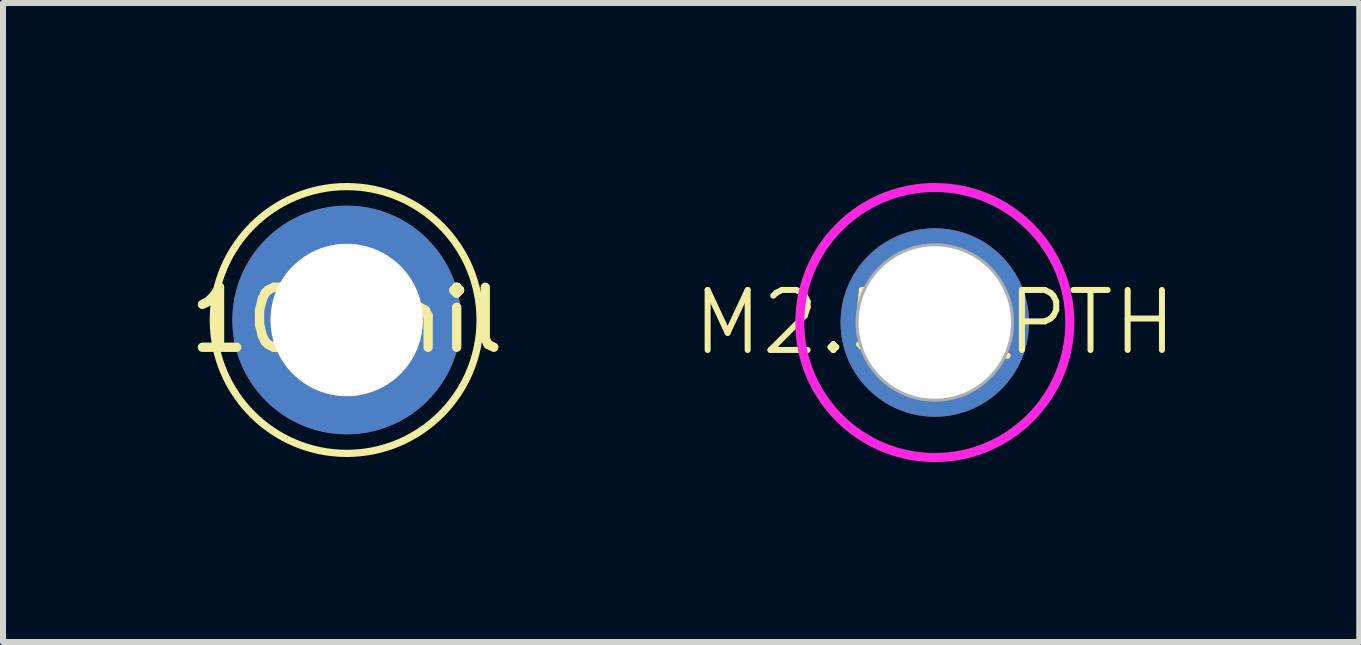
<source format=kicad_pcb>
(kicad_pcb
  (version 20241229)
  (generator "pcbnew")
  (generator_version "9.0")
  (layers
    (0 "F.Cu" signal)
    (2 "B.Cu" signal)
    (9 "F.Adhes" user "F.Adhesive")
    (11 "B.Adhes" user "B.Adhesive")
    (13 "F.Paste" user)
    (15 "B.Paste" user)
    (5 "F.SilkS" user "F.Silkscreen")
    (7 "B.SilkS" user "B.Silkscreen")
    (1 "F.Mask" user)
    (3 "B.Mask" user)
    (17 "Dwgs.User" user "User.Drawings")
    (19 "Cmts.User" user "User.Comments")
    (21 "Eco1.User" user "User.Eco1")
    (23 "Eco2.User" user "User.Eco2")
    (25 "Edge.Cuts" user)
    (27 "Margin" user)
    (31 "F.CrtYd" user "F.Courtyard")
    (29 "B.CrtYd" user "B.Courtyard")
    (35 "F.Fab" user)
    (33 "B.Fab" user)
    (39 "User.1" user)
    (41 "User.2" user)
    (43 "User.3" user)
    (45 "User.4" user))
  (footprint "M2.54_PTH"
    (layer "F.Cu")
    (at 12.529 2.325)
    (property "Reference" "M2.54_PTH" (at 0 0 0) (unlocked yes) (layer "F.SilkS") (effects (font (size 1 1) (thickness 0.1))))
    (attr through_hole)
    (fp_circle (center 0 0) (end 2.25 0) (stroke (width 0.15) (type default)) (fill no) (layer "F.CrtYd"))
    (fp_circle (center 0 0) (end 0 -1.27) (stroke (width 0.1) (type default)) (fill no) (layer "F.Fab"))
    (pad "" thru_hole circle (at 0 0) (size 3.14 3.14) (drill 2.54) (layers "*.Cu" "*.Mask")))
  (footprint "100mil"
    (layer "F.Cu")
    (at 2.728 2.283)
    (property "Reference" "100mil" (at 0 0 0) (unlocked yes) (layer "F.SilkS") (effects (font (size 1 1) (thickness 0.155))))
    (attr through_hole)
    (fp_circle (center 0 0) (end 2.223 0) (stroke (width 0.12) (type default)) (fill no) (layer "F.SilkS"))
    (pad "" thru_hole circle (at 0 0) (size 3.81 3.81) (drill 2.54) (layers "*.Cu" "*.Mask")))
  (gr_rect
    (start -3 -3)
    (end 19.603 7.65)
    (stroke (width 0.1) (type default))
    (fill no)
    (layer "Edge.Cuts")))
</source>
